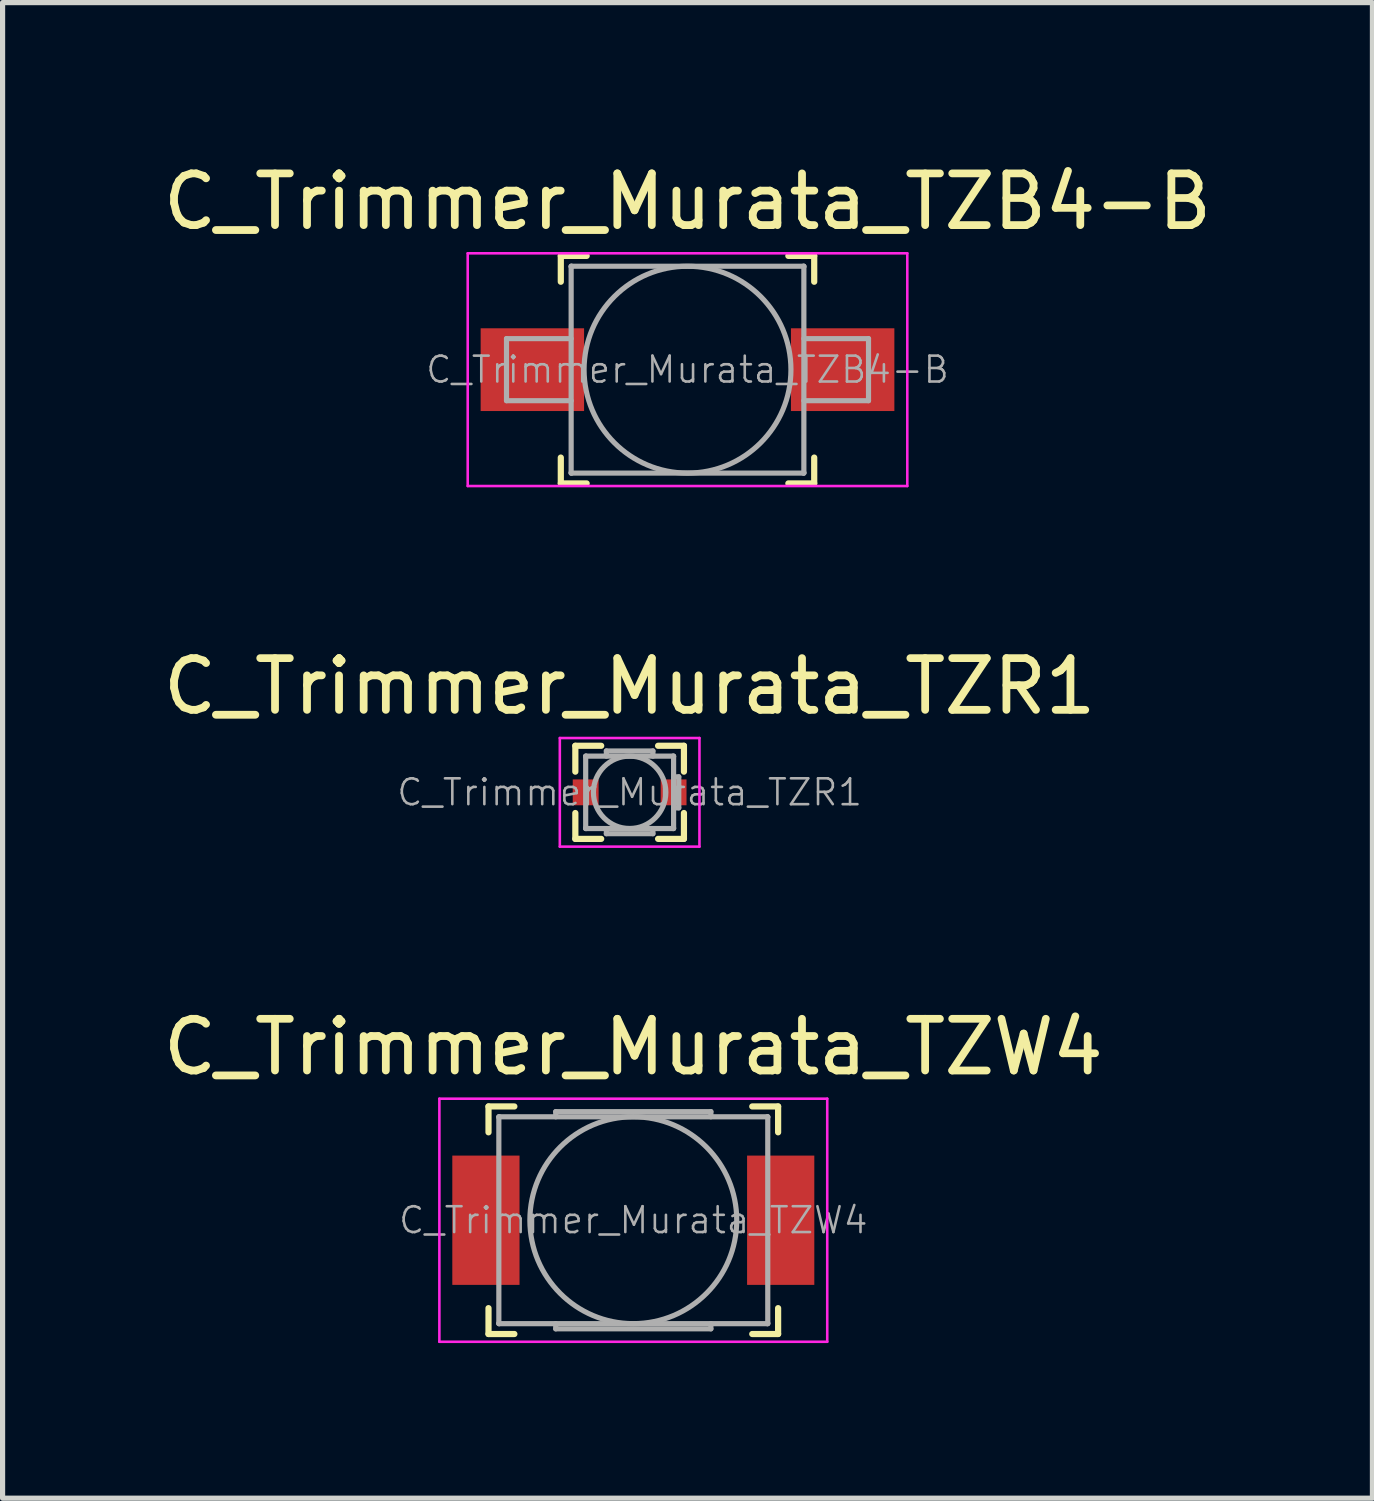
<source format=kicad_pcb>
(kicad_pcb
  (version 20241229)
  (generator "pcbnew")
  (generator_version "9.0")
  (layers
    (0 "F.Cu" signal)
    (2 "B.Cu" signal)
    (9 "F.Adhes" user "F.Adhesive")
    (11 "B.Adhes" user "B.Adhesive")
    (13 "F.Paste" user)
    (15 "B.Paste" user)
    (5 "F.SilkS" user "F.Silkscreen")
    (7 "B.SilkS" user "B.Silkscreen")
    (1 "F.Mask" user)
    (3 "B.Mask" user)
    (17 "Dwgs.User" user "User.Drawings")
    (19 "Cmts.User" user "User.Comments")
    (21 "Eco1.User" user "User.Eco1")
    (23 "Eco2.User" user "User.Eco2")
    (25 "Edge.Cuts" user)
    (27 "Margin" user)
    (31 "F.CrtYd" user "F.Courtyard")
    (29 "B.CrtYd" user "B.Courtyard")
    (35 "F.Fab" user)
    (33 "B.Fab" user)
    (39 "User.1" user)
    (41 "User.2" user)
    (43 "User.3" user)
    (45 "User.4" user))
  (footprint "C_Trimmer_Murata_TZR1"
    (layer "F.Cu")
    (at 9.125 12.271)
    (property "Reference" "C_Trimmer_Murata_TZR1" (at 0 -2.05 0) (layer "F.SilkS") (effects (font (size 1 1) (thickness 0.15))))
    (attr smd)
    (fp_line (start -1.05 -0.9) (end -1.05 -0.4) (stroke (width 0.12) (type solid)) (layer "F.SilkS"))
    (fp_line (start -1.05 -0.9) (end -0.55 -0.9) (stroke (width 0.12) (type solid)) (layer "F.SilkS"))
    (fp_line (start -1.05 0.9) (end -1.05 0.4) (stroke (width 0.12) (type solid)) (layer "F.SilkS"))
    (fp_line (start -1.05 0.9) (end -0.55 0.9) (stroke (width 0.12) (type solid)) (layer "F.SilkS"))
    (fp_line (start 1.05 -0.9) (end 0.55 -0.9) (stroke (width 0.12) (type solid)) (layer "F.SilkS"))
    (fp_line (start 1.05 -0.9) (end 1.05 -0.4) (stroke (width 0.12) (type solid)) (layer "F.SilkS"))
    (fp_line (start 1.05 0.9) (end 0.55 0.9) (stroke (width 0.12) (type solid)) (layer "F.SilkS"))
    (fp_line (start 1.05 0.9) (end 1.05 0.4) (stroke (width 0.12) (type solid)) (layer "F.SilkS"))
    (fp_line (start -1.35 -1.05) (end -1.35 1.05) (stroke (width 0.05) (type solid)) (layer "F.CrtYd"))
    (fp_line (start -1.35 1.05) (end 1.35 1.05) (stroke (width 0.05) (type solid)) (layer "F.CrtYd"))
    (fp_line (start 1.35 -1.05) (end -1.35 -1.05) (stroke (width 0.05) (type solid)) (layer "F.CrtYd"))
    (fp_line (start 1.35 1.05) (end 1.35 -1.05) (stroke (width 0.05) (type solid)) (layer "F.CrtYd"))
    (fp_line (start -0.85 -0.7) (end -0.84 -0.7) (stroke (width 0.1) (type solid)) (layer "F.Fab"))
    (fp_line (start -0.85 -0.69) (end -0.85 -0.7) (stroke (width 0.1) (type solid)) (layer "F.Fab"))
    (fp_line (start -0.85 0.69) (end -0.85 -0.69) (stroke (width 0.1) (type solid)) (layer "F.Fab"))
    (fp_line (start -0.85 0.7) (end -0.85 0.69) (stroke (width 0.1) (type solid)) (layer "F.Fab"))
    (fp_line (start -0.84 -0.7) (end 0.84 -0.7) (stroke (width 0.1) (type solid)) (layer "F.Fab"))
    (fp_line (start -0.84 0.7) (end -0.85 0.7) (stroke (width 0.1) (type solid)) (layer "F.Fab"))
    (fp_line (start -0.45 -0.8) (end 0.45 -0.8) (stroke (width 0.1) (type solid)) (layer "F.Fab"))
    (fp_line (start -0.45 -0.7) (end -0.45 -0.8) (stroke (width 0.1) (type solid)) (layer "F.Fab"))
    (fp_line (start -0.45 0.7) (end -0.45 0.8) (stroke (width 0.1) (type solid)) (layer "F.Fab"))
    (fp_line (start -0.45 0.8) (end 0.45 0.8) (stroke (width 0.1) (type solid)) (layer "F.Fab"))
    (fp_line (start 0.45 -0.8) (end 0.45 -0.7) (stroke (width 0.1) (type solid)) (layer "F.Fab"))
    (fp_line (start 0.45 0.8) (end 0.45 0.7) (stroke (width 0.1) (type solid)) (layer "F.Fab"))
    (fp_line (start 0.84 -0.7) (end 0.85 -0.7) (stroke (width 0.1) (type solid)) (layer "F.Fab"))
    (fp_line (start 0.84 0.7) (end -0.84 0.7) (stroke (width 0.1) (type solid)) (layer "F.Fab"))
    (fp_line (start 0.85 -0.7) (end 0.85 -0.69) (stroke (width 0.1) (type solid)) (layer "F.Fab"))
    (fp_line (start 0.85 -0.69) (end 0.85 0.69) (stroke (width 0.1) (type solid)) (layer "F.Fab"))
    (fp_line (start 0.85 -0.3) (end 0.95 -0.3) (stroke (width 0.1) (type solid)) (layer "F.Fab"))
    (fp_line (start 0.85 0.69) (end 0.85 0.7) (stroke (width 0.1) (type solid)) (layer "F.Fab"))
    (fp_line (start 0.85 0.7) (end 0.84 0.7) (stroke (width 0.1) (type solid)) (layer "F.Fab"))
    (fp_line (start 0.95 -0.3) (end 0.95 0.3) (stroke (width 0.1) (type solid)) (layer "F.Fab"))
    (fp_line (start 0.95 0.3) (end 0.85 0.3) (stroke (width 0.1) (type solid)) (layer "F.Fab"))
    (fp_circle (center 0 0) (end 0.7 0) (stroke (width 0.1) (type solid)) (fill no) (layer "F.Fab"))
    (fp_text user "${REFERENCE}" (at 0 0 0) (layer "F.Fab") (effects (font (size 0.5 0.5) (thickness 0.05))))
    (pad "1" smd rect (at -0.85 0) (size 0.5 0.5) (layers "F.Cu" "F.Mask" "F.Paste"))
    (pad "2" smd rect (at 0.85 0) (size 0.5 0.5) (layers "F.Cu" "F.Mask" "F.Paste")))
  (footprint "C_Trimmer_Murata_TZW4"
    (layer "F.Cu")
    (at 9.196 20.545)
    (property "Reference" "C_Trimmer_Murata_TZW4" (at 0 -3.35 0) (layer "F.SilkS") (effects (font (size 1 1) (thickness 0.15))))
    (attr smd)
    (fp_line (start -2.8 -2.2) (end -2.8 -1.7) (stroke (width 0.12) (type solid)) (layer "F.SilkS"))
    (fp_line (start -2.8 -2.2) (end -2.3 -2.2) (stroke (width 0.12) (type solid)) (layer "F.SilkS"))
    (fp_line (start -2.8 2.2) (end -2.8 1.7) (stroke (width 0.12) (type solid)) (layer "F.SilkS"))
    (fp_line (start -2.8 2.2) (end -2.3 2.2) (stroke (width 0.12) (type solid)) (layer "F.SilkS"))
    (fp_line (start 2.8 -2.2) (end 2.3 -2.2) (stroke (width 0.12) (type solid)) (layer "F.SilkS"))
    (fp_line (start 2.8 -2.2) (end 2.8 -1.7) (stroke (width 0.12) (type solid)) (layer "F.SilkS"))
    (fp_line (start 2.8 2.2) (end 2.3 2.2) (stroke (width 0.12) (type solid)) (layer "F.SilkS"))
    (fp_line (start 2.8 2.2) (end 2.8 1.7) (stroke (width 0.12) (type solid)) (layer "F.SilkS"))
    (fp_line (start -3.75 -2.35) (end -3.75 2.35) (stroke (width 0.05) (type solid)) (layer "F.CrtYd"))
    (fp_line (start -3.75 2.35) (end 3.75 2.35) (stroke (width 0.05) (type solid)) (layer "F.CrtYd"))
    (fp_line (start 3.75 -2.35) (end -3.75 -2.35) (stroke (width 0.05) (type solid)) (layer "F.CrtYd"))
    (fp_line (start 3.75 2.35) (end 3.75 -2.35) (stroke (width 0.05) (type solid)) (layer "F.CrtYd"))
    (fp_line (start -2.6 -2) (end -2.59 -2) (stroke (width 0.1) (type solid)) (layer "F.Fab"))
    (fp_line (start -2.6 -1.99) (end -2.6 -2) (stroke (width 0.1) (type solid)) (layer "F.Fab"))
    (fp_line (start -2.6 1.99) (end -2.6 -1.99) (stroke (width 0.1) (type solid)) (layer "F.Fab"))
    (fp_line (start -2.6 2) (end -2.6 1.99) (stroke (width 0.1) (type solid)) (layer "F.Fab"))
    (fp_line (start -2.59 -2) (end 2.59 -2) (stroke (width 0.1) (type solid)) (layer "F.Fab"))
    (fp_line (start -2.59 2) (end -2.6 2) (stroke (width 0.1) (type solid)) (layer "F.Fab"))
    (fp_line (start -1.5 -2.1) (end 1.5 -2.1) (stroke (width 0.1) (type solid)) (layer "F.Fab"))
    (fp_line (start -1.5 -2) (end -1.5 -2.1) (stroke (width 0.1) (type solid)) (layer "F.Fab"))
    (fp_line (start -1.5 2) (end -1.5 2.1) (stroke (width 0.1) (type solid)) (layer "F.Fab"))
    (fp_line (start -1.5 2.1) (end 1.5 2.1) (stroke (width 0.1) (type solid)) (layer "F.Fab"))
    (fp_line (start 1.5 -2.1) (end 1.5 -2) (stroke (width 0.1) (type solid)) (layer "F.Fab"))
    (fp_line (start 1.5 2.1) (end 1.5 2) (stroke (width 0.1) (type solid)) (layer "F.Fab"))
    (fp_line (start 2.59 -2) (end 2.6 -2) (stroke (width 0.1) (type solid)) (layer "F.Fab"))
    (fp_line (start 2.59 2) (end -2.59 2) (stroke (width 0.1) (type solid)) (layer "F.Fab"))
    (fp_line (start 2.6 -2) (end 2.6 -1.99) (stroke (width 0.1) (type solid)) (layer "F.Fab"))
    (fp_line (start 2.6 -1.99) (end 2.6 1.99) (stroke (width 0.1) (type solid)) (layer "F.Fab"))
    (fp_line (start 2.6 1.99) (end 2.6 2) (stroke (width 0.1) (type solid)) (layer "F.Fab"))
    (fp_line (start 2.6 2) (end 2.59 2) (stroke (width 0.1) (type solid)) (layer "F.Fab"))
    (fp_circle (center 0 0) (end 2 0) (stroke (width 0.1) (type solid)) (fill no) (layer "F.Fab"))
    (fp_text user "${REFERENCE}" (at 0 0 0) (layer "F.Fab") (effects (font (size 0.5 0.5) (thickness 0.05))))
    (pad "1" smd rect (at -2.85 0) (size 1.3 2.5) (layers "F.Cu" "F.Mask" "F.Paste"))
    (pad "2" smd rect (at 2.85 0) (size 1.3 2.5) (layers "F.Cu" "F.Mask" "F.Paste")))
  (footprint "C_Trimmer_Murata_TZB4-B"
    (layer "F.Cu")
    (at 10.244 4.098)
    (property "Reference" "C_Trimmer_Murata_TZB4-B" (at 0 -3.25 0) (layer "F.SilkS") (effects (font (size 1 1) (thickness 0.15))))
    (attr smd)
    (fp_line (start -2.45 -2.2) (end -2.45 -1.7) (stroke (width 0.12) (type solid)) (layer "F.SilkS"))
    (fp_line (start -2.45 -2.2) (end -1.95 -2.2) (stroke (width 0.12) (type solid)) (layer "F.SilkS"))
    (fp_line (start -2.45 2.2) (end -2.45 1.7) (stroke (width 0.12) (type solid)) (layer "F.SilkS"))
    (fp_line (start -2.45 2.2) (end -1.95 2.2) (stroke (width 0.12) (type solid)) (layer "F.SilkS"))
    (fp_line (start 2.45 -2.2) (end 1.95 -2.2) (stroke (width 0.12) (type solid)) (layer "F.SilkS"))
    (fp_line (start 2.45 -2.2) (end 2.45 -1.7) (stroke (width 0.12) (type solid)) (layer "F.SilkS"))
    (fp_line (start 2.45 2.2) (end 1.95 2.2) (stroke (width 0.12) (type solid)) (layer "F.SilkS"))
    (fp_line (start 2.45 2.2) (end 2.45 1.7) (stroke (width 0.12) (type solid)) (layer "F.SilkS"))
    (fp_line (start -4.25 -2.25) (end -4.25 2.25) (stroke (width 0.05) (type solid)) (layer "F.CrtYd"))
    (fp_line (start -4.25 2.25) (end 4.25 2.25) (stroke (width 0.05) (type solid)) (layer "F.CrtYd"))
    (fp_line (start 4.25 -2.25) (end -4.25 -2.25) (stroke (width 0.05) (type solid)) (layer "F.CrtYd"))
    (fp_line (start 4.25 2.25) (end 4.25 -2.25) (stroke (width 0.05) (type solid)) (layer "F.CrtYd"))
    (fp_line (start -3.5 -0.6) (end -3.5 0.6) (stroke (width 0.1) (type solid)) (layer "F.Fab"))
    (fp_line (start -3.5 0.6) (end -2.25 0.6) (stroke (width 0.1) (type solid)) (layer "F.Fab"))
    (fp_line (start -2.25 -2) (end -2.24 -2) (stroke (width 0.1) (type solid)) (layer "F.Fab"))
    (fp_line (start -2.25 -1.99) (end -2.25 -2) (stroke (width 0.1) (type solid)) (layer "F.Fab"))
    (fp_line (start -2.25 -0.6) (end -3.5 -0.6) (stroke (width 0.1) (type solid)) (layer "F.Fab"))
    (fp_line (start -2.25 1.99) (end -2.25 -1.99) (stroke (width 0.1) (type solid)) (layer "F.Fab"))
    (fp_line (start -2.25 2) (end -2.25 1.99) (stroke (width 0.1) (type solid)) (layer "F.Fab"))
    (fp_line (start -2.24 -2) (end 2.24 -2) (stroke (width 0.1) (type solid)) (layer "F.Fab"))
    (fp_line (start -2.24 2) (end -2.25 2) (stroke (width 0.1) (type solid)) (layer "F.Fab"))
    (fp_line (start 2.24 -2) (end 2.25 -2) (stroke (width 0.1) (type solid)) (layer "F.Fab"))
    (fp_line (start 2.24 2) (end -2.24 2) (stroke (width 0.1) (type solid)) (layer "F.Fab"))
    (fp_line (start 2.25 -2) (end 2.25 -1.99) (stroke (width 0.1) (type solid)) (layer "F.Fab"))
    (fp_line (start 2.25 -1.99) (end 2.25 1.99) (stroke (width 0.1) (type solid)) (layer "F.Fab"))
    (fp_line (start 2.25 -0.6) (end 3.5 -0.6) (stroke (width 0.1) (type solid)) (layer "F.Fab"))
    (fp_line (start 2.25 1.99) (end 2.25 2) (stroke (width 0.1) (type solid)) (layer "F.Fab"))
    (fp_line (start 2.25 2) (end 2.24 2) (stroke (width 0.1) (type solid)) (layer "F.Fab"))
    (fp_line (start 3.5 -0.6) (end 3.5 0.6) (stroke (width 0.1) (type solid)) (layer "F.Fab"))
    (fp_line (start 3.5 0.6) (end 2.25 0.6) (stroke (width 0.1) (type solid)) (layer "F.Fab"))
    (fp_circle (center 0 0) (end 2 0) (stroke (width 0.1) (type solid)) (fill no) (layer "F.Fab"))
    (fp_text user "${REFERENCE}" (at 0 0 0) (layer "F.Fab") (effects (font (size 0.5 0.5) (thickness 0.05))))
    (pad "1" smd rect (at -3 0) (size 2 1.6) (layers "F.Cu" "F.Mask" "F.Paste"))
    (pad "2" smd rect (at 3 0) (size 2 1.6) (layers "F.Cu" "F.Mask" "F.Paste")))
  (gr_rect
    (start -3 -3)
    (end 23.488 25.92)
    (stroke (width 0.1) (type default))
    (fill no)
    (layer "Edge.Cuts")))
</source>
